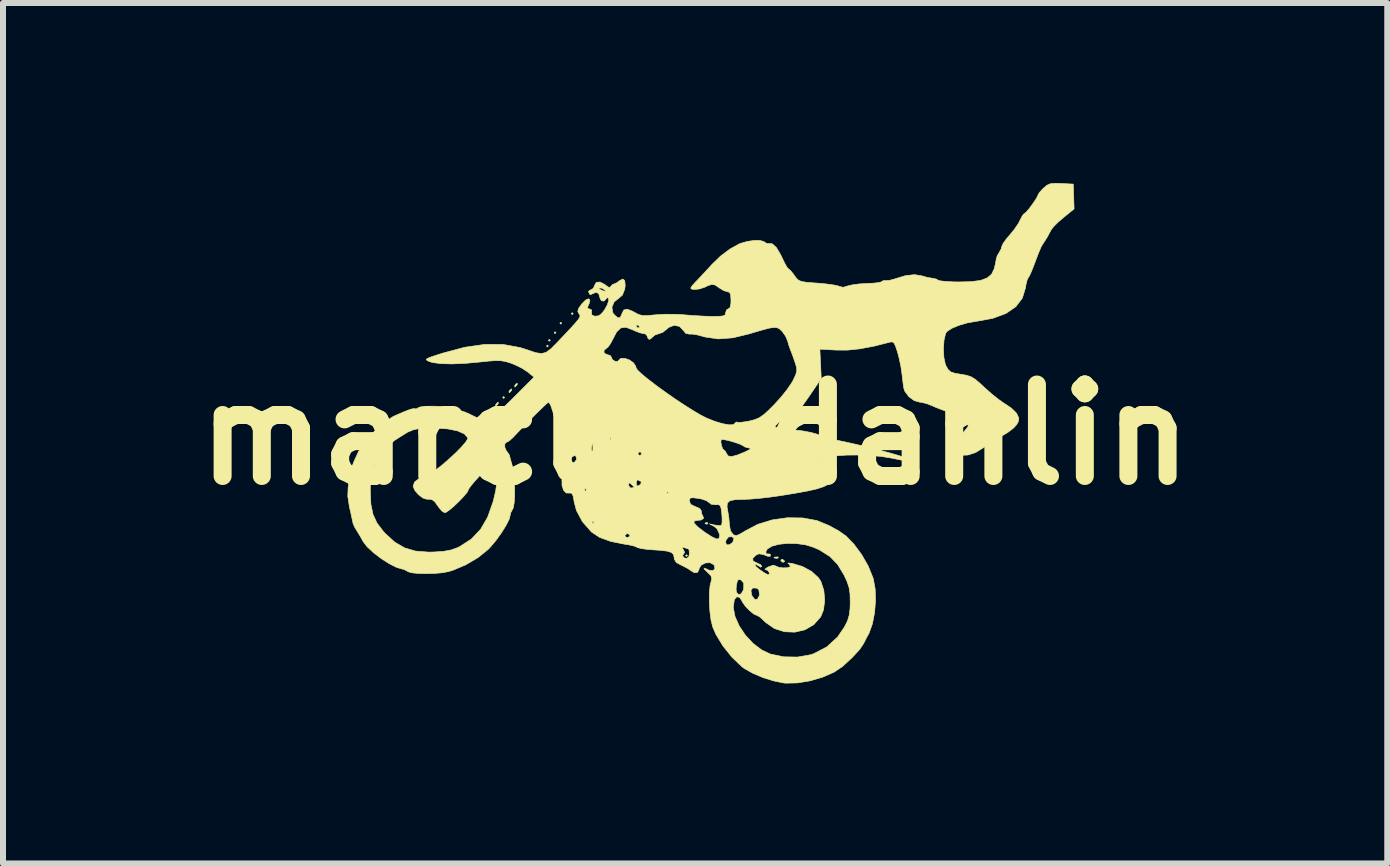
<source format=kicad_pcb>
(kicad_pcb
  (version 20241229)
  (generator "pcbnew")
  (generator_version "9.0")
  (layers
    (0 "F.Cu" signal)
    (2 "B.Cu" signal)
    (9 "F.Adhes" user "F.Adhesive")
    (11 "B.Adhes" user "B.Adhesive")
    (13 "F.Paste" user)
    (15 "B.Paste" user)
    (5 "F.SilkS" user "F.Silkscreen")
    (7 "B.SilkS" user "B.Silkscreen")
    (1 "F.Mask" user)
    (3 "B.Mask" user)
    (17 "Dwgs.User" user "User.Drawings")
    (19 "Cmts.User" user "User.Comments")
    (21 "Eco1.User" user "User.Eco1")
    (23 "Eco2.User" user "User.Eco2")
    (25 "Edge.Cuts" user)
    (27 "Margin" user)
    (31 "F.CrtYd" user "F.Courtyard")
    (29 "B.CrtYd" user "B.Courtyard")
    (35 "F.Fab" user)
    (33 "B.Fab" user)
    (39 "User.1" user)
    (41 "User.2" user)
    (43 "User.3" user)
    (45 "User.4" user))
  (footprint "marcus_dahlin"
    (layer "F.Cu")
    (at 8.534 4.193)
    (property "Reference" "marcus_dahlin" (at 0 0 0) (layer "F.SilkS") (effects (font (size 1.524 1.524) (thickness 0.3))))
    (attr through_hole)
    (fp_poly (pts (xy -3.175 -0.619) (xy -3.191 -0.603) (xy -3.207 -0.619) (xy -3.191 -0.635) (xy -3.175 -0.619)) (stroke (width 0.01) (type solid)) (fill yes) (layer "F.SilkS"))
    (fp_poly (pts (xy -2.445 -1.476) (xy -2.461 -1.46) (xy -2.477 -1.476) (xy -2.461 -1.492) (xy -2.445 -1.476)) (stroke (width 0.01) (type solid)) (fill yes) (layer "F.SilkS"))
    (fp_poly (pts (xy -2.413 -1.572) (xy -2.429 -1.556) (xy -2.445 -1.572) (xy -2.429 -1.587) (xy -2.413 -1.572)) (stroke (width 0.01) (type solid)) (fill yes) (layer "F.SilkS"))
    (fp_poly (pts (xy -2.318 -1.699) (xy -2.334 -1.683) (xy -2.349 -1.699) (xy -2.334 -1.714) (xy -2.318 -1.699)) (stroke (width 0.01) (type solid)) (fill yes) (layer "F.SilkS"))
    (fp_poly (pts (xy -2.223 -1.857) (xy -2.238 -1.841) (xy -2.254 -1.857) (xy -2.238 -1.873) (xy -2.223 -1.857)) (stroke (width 0.01) (type solid)) (fill yes) (layer "F.SilkS"))
    (fp_poly (pts (xy -2.032 -2.016) (xy -2.048 -2) (xy -2.064 -2.016) (xy -2.048 -2.032) (xy -2.032 -2.016)) (stroke (width 0.01) (type solid)) (fill yes) (layer "F.SilkS"))
    (fp_poly (pts (xy -0.127 2.016) (xy -0.143 2.032) (xy -0.159 2.016) (xy -0.143 2) (xy -0.127 2.016)) (stroke (width 0.01) (type solid)) (fill yes) (layer "F.SilkS"))
    (fp_poly (pts (xy 0.212 1.471) (xy 0.207 1.49) (xy 0.191 1.492) (xy 0.164 1.481) (xy 0.169 1.471) (xy 0.207 1.467) (xy 0.212 1.471)) (stroke (width 0.01) (type solid)) (fill yes) (layer "F.SilkS"))
    (fp_poly (pts (xy 1.388 2.045) (xy 1.379 2.059) (xy 1.347 2.061) (xy 1.313 2.053) (xy 1.328 2.042) (xy 1.377 2.038) (xy 1.388 2.045)) (stroke (width 0.01) (type solid)) (fill yes) (layer "F.SilkS"))
    (fp_poly (pts (xy -3.375 -0.424) (xy -3.381 -0.413) (xy -3.411 -0.382) (xy -3.417 -0.381) (xy -3.419 -0.402) (xy -3.413 -0.413) (xy -3.383 -0.443) (xy -3.378 -0.445) (xy -3.375 -0.424)) (stroke (width 0.01) (type solid)) (fill yes) (layer "F.SilkS"))
    (fp_poly (pts (xy -3.28 -0.519) (xy -3.286 -0.508) (xy -3.316 -0.478) (xy -3.322 -0.476) (xy -3.324 -0.497) (xy -3.318 -0.508) (xy -3.288 -0.538) (xy -3.282 -0.54) (xy -3.28 -0.519)) (stroke (width 0.01) (type solid)) (fill yes) (layer "F.SilkS"))
    (fp_poly (pts (xy -3.058 -0.741) (xy -3.064 -0.73) (xy -3.094 -0.7) (xy -3.099 -0.699) (xy -3.102 -0.719) (xy -3.096 -0.73) (xy -3.066 -0.761) (xy -3.06 -0.762) (xy -3.058 -0.741)) (stroke (width 0.01) (type solid)) (fill yes) (layer "F.SilkS"))
    (fp_poly (pts (xy -2.963 -0.837) (xy -2.969 -0.826) (xy -2.999 -0.795) (xy -3.004 -0.794) (xy -3.006 -0.814) (xy -3 -0.826) (xy -2.97 -0.856) (xy -2.965 -0.857) (xy -2.963 -0.837)) (stroke (width 0.01) (type solid)) (fill yes) (layer "F.SilkS"))
    (fp_poly (pts (xy 1.46 2.08) (xy 1.491 2.108) (xy 1.492 2.113) (xy 1.468 2.127) (xy 1.46 2.127) (xy 1.43 2.103) (xy 1.429 2.094) (xy 1.448 2.075) (xy 1.46 2.08)) (stroke (width 0.01) (type solid)) (fill yes) (layer "F.SilkS"))
    (fp_poly (pts (xy 6.099 -4.185) (xy 6.302 -4.175) (xy 6.316 -3.762) (xy 6.141 -3.619) (xy 6.048 -3.539) (xy 5.974 -3.465) (xy 5.934 -3.413) (xy 5.934 -3.413) (xy 5.869 -3.292) (xy 5.806 -3.192) (xy 5.79 -3.17) (xy 5.764 -3.122) (xy 5.725 -3.03) (xy 5.68 -2.913) (xy 5.668 -2.88) (xy 5.624 -2.764) (xy 5.585 -2.673) (xy 5.558 -2.622) (xy 5.553 -2.617) (xy 5.534 -2.579) (xy 5.514 -2.499) (xy 5.506 -2.445) (xy 5.453 -2.273) (xy 5.344 -2.131) (xy 5.181 -2.019) (xy 4.962 -1.938) (xy 4.688 -1.888) (xy 4.683 -1.888) (xy 4.536 -1.862) (xy 4.397 -1.821) (xy 4.279 -1.772) (xy 4.2 -1.72) (xy 4.175 -1.688) (xy 4.148 -1.572) (xy 4.139 -1.429) (xy 4.146 -1.286) (xy 4.171 -1.17) (xy 4.183 -1.143) (xy 4.22 -1.08) (xy 4.265 -1.043) (xy 4.336 -1.021) (xy 4.428 -1.006) (xy 4.523 -0.989) (xy 4.597 -0.965) (xy 4.668 -0.922) (xy 4.753 -0.85) (xy 4.828 -0.78) (xy 4.941 -0.68) (xy 5.057 -0.587) (xy 5.155 -0.518) (xy 5.177 -0.505) (xy 5.271 -0.441) (xy 5.345 -0.37) (xy 5.364 -0.342) (xy 5.395 -0.275) (xy 5.388 -0.22) (xy 5.36 -0.167) (xy 5.304 -0.107) (xy 5.212 -0.037) (xy 5.117 0.02) (xy 4.994 0.09) (xy 4.872 0.168) (xy 4.801 0.221) (xy 4.674 0.299) (xy 4.547 0.34) (xy 4.546 0.34) (xy 4.395 0.346) (xy 4.298 0.321) (xy 4.256 0.267) (xy 4.271 0.188) (xy 4.345 0.086) (xy 4.393 0.04) (xy 4.471 -0.039) (xy 4.53 -0.108) (xy 4.551 -0.142) (xy 4.544 -0.205) (xy 4.479 -0.269) (xy 4.362 -0.33) (xy 4.255 -0.367) (xy 4.129 -0.409) (xy 4.007 -0.456) (xy 3.955 -0.479) (xy 3.856 -0.518) (xy 3.764 -0.539) (xy 3.745 -0.54) (xy 3.653 -0.566) (xy 3.562 -0.633) (xy 3.496 -0.721) (xy 3.48 -0.767) (xy 3.468 -0.842) (xy 3.455 -0.949) (xy 3.448 -1.01) (xy 3.429 -1.14) (xy 3.397 -1.287) (xy 3.375 -1.37) (xy 3.341 -1.474) (xy 3.313 -1.529) (xy 3.282 -1.546) (xy 3.255 -1.543) (xy 2.977 -1.473) (xy 2.742 -1.429) (xy 2.537 -1.408) (xy 2.349 -1.409) (xy 2.079 -1.424) (xy 2.091 -1.179) (xy 2.102 -0.934) (xy 1.9 -0.638) (xy 1.804 -0.501) (xy 1.731 -0.409) (xy 1.67 -0.35) (xy 1.611 -0.314) (xy 1.577 -0.301) (xy 1.478 -0.257) (xy 1.394 -0.203) (xy 1.342 -0.15) (xy 1.333 -0.126) (xy 1.363 -0.114) (xy 1.442 -0.1) (xy 1.556 -0.087) (xy 1.627 -0.081) (xy 1.784 -0.063) (xy 1.927 -0.037) (xy 2.033 -0.007) (xy 2.048 -0.000479) (xy 2.153 0.038) (xy 2.284 0.075) (xy 2.365 0.094) (xy 2.523 0.127) (xy 2.702 0.167) (xy 2.888 0.212) (xy 3.071 0.259) (xy 3.24 0.304) (xy 3.382 0.345) (xy 3.485 0.378) (xy 3.538 0.401) (xy 3.539 0.401) (xy 3.572 0.428) (xy 3.567 0.441) (xy 3.518 0.439) (xy 3.419 0.421) (xy 3.277 0.392) (xy 3.113 0.365) (xy 2.922 0.347) (xy 2.722 0.34) (xy 2.527 0.341) (xy 2.355 0.353) (xy 2.222 0.374) (xy 2.178 0.387) (xy 2.054 0.433) (xy 2.17 0.505) (xy 2.249 0.565) (xy 2.282 0.627) (xy 2.286 0.669) (xy 2.28 0.733) (xy 2.258 0.786) (xy 2.213 0.831) (xy 2.138 0.869) (xy 2.027 0.905) (xy 1.872 0.94) (xy 1.667 0.977) (xy 1.429 1.016) (xy 1.251 1.041) (xy 1.072 1.062) (xy 0.913 1.075) (xy 0.808 1.079) (xy 0.667 1.084) (xy 0.58 1.102) (xy 0.538 1.14) (xy 0.532 1.204) (xy 0.543 1.265) (xy 0.562 1.379) (xy 0.571 1.492) (xy 0.571 1.494) (xy 0.589 1.602) (xy 0.636 1.668) (xy 0.685 1.683) (xy 0.732 1.666) (xy 0.806 1.624) (xy 0.832 1.607) (xy 1.045 1.495) (xy 1.286 1.421) (xy 1.542 1.385) (xy 1.796 1.389) (xy 2.033 1.433) (xy 2.24 1.519) (xy 2.254 1.527) (xy 2.319 1.564) (xy 2.381 1.596) (xy 2.513 1.688) (xy 2.648 1.827) (xy 2.775 1.999) (xy 2.884 2.189) (xy 2.963 2.382) (xy 2.971 2.41) (xy 3.001 2.574) (xy 3.007 2.767) (xy 2.991 2.967) (xy 2.955 3.152) (xy 2.902 3.302) (xy 2.885 3.334) (xy 2.851 3.396) (xy 2.811 3.477) (xy 2.743 3.579) (xy 2.621 3.712) (xy 2.458 3.863) (xy 2.314 3.96) (xy 2.128 4.041) (xy 1.918 4.103) (xy 1.706 4.138) (xy 1.511 4.142) (xy 1.476 4.139) (xy 1.311 4.105) (xy 1.131 4.049) (xy 0.961 3.977) (xy 0.824 3.9) (xy 0.787 3.873) (xy 0.616 3.711) (xy 0.464 3.522) (xy 0.345 3.325) (xy 0.293 3.203) (xy 0.265 3.089) (xy 0.246 2.94) (xy 0.243 2.88) (xy 0.636 2.88) (xy 0.665 3.03) (xy 0.735 3.188) (xy 0.837 3.341) (xy 0.965 3.479) (xy 1.11 3.589) (xy 1.254 3.657) (xy 1.475 3.703) (xy 1.707 3.707) (xy 1.924 3.669) (xy 1.978 3.651) (xy 2.196 3.537) (xy 2.376 3.372) (xy 2.491 3.203) (xy 2.542 3.099) (xy 2.57 3.003) (xy 2.583 2.889) (xy 2.585 2.794) (xy 2.582 2.655) (xy 2.566 2.549) (xy 2.531 2.445) (xy 2.483 2.342) (xy 2.377 2.166) (xy 2.248 2.032) (xy 2.079 1.925) (xy 1.978 1.879) (xy 1.842 1.837) (xy 1.691 1.816) (xy 1.538 1.813) (xy 1.396 1.828) (xy 1.281 1.859) (xy 1.204 1.906) (xy 1.18 1.948) (xy 1.184 1.989) (xy 1.201 1.988) (xy 1.245 1.99) (xy 1.254 2) (xy 1.253 2.027) (xy 1.211 2.027) (xy 1.142 2) (xy 1.142 2) (xy 1.066 1.986) (xy 1.017 2.007) (xy 0.961 2.061) (xy 0.966 2.107) (xy 1.032 2.14) (xy 1.091 2.167) (xy 1.111 2.195) (xy 1.094 2.21) (xy 1.063 2.19) (xy 1.016 2.164) (xy 0.998 2.167) (xy 1.009 2.194) (xy 1.059 2.238) (xy 1.07 2.246) (xy 1.16 2.307) (xy 1.211 2.334) (xy 1.233 2.331) (xy 1.238 2.304) (xy 1.212 2.262) (xy 1.183 2.254) (xy 1.163 2.244) (xy 1.203 2.214) (xy 1.22 2.205) (xy 1.302 2.176) (xy 1.345 2.19) (xy 1.393 2.211) (xy 1.466 2.221) (xy 1.537 2.219) (xy 1.582 2.204) (xy 1.587 2.193) (xy 1.563 2.155) (xy 1.548 2.146) (xy 1.548 2.139) (xy 1.598 2.144) (xy 1.619 2.147) (xy 1.79 2.198) (xy 1.941 2.28) (xy 2.055 2.384) (xy 2.095 2.444) (xy 2.145 2.594) (xy 2.16 2.761) (xy 2.14 2.921) (xy 2.093 3.037) (xy 1.978 3.167) (xy 1.83 3.253) (xy 1.663 3.292) (xy 1.489 3.285) (xy 1.321 3.231) (xy 1.173 3.128) (xy 1.145 3.1) (xy 1.085 3.044) (xy 1.039 3.016) (xy 1.034 3.015) (xy 0.98 2.991) (xy 0.908 2.933) (xy 0.838 2.86) (xy 0.789 2.791) (xy 0.78 2.77) (xy 0.742 2.712) (xy 0.694 2.703) (xy 0.655 2.748) (xy 0.654 2.749) (xy 0.636 2.88) (xy 0.243 2.88) (xy 0.237 2.78) (xy 0.238 2.63) (xy 0.244 2.575) (xy 0.683 2.575) (xy 0.689 2.625) (xy 0.724 2.666) (xy 0.767 2.653) (xy 0.802 2.596) (xy 0.931 2.596) (xy 0.942 2.671) (xy 0.947 2.685) (xy 0.993 2.745) (xy 1.037 2.745) (xy 1.069 2.688) (xy 1.073 2.661) (xy 1.062 2.585) (xy 1.028 2.559) (xy 0.962 2.555) (xy 0.931 2.596) (xy 0.802 2.596) (xy 0.803 2.595) (xy 0.81 2.568) (xy 0.811 2.477) (xy 0.768 2.423) (xy 0.726 2.413) (xy 0.705 2.44) (xy 0.689 2.503) (xy 0.683 2.575) (xy 0.244 2.575) (xy 0.25 2.512) (xy 0.259 2.479) (xy 0.278 2.401) (xy 0.264 2.351) (xy 0.209 2.296) (xy 0.153 2.242) (xy 0.149 2.224) (xy 0.198 2.242) (xy 0.228 2.258) (xy 0.292 2.269) (xy 0.329 2.24) (xy 0.324 2.186) (xy 0.312 2.168) (xy 0.249 2.134) (xy 0.171 2.139) (xy 0.101 2.176) (xy 0.065 2.236) (xy 0.064 2.25) (xy 0.041 2.296) (xy -0.011 2.302) (xy -0.059 2.274) (xy -0.124 2.23) (xy -0.215 2.183) (xy -0.231 2.176) (xy -0.313 2.131) (xy -0.346 2.078) (xy -0.349 2.05) (xy -0.359 1.999) (xy -0.393 1.965) (xy -0.464 1.942) (xy -0.58 1.928) (xy -0.703 1.92) (xy -0.82 1.91) (xy -0.913 1.896) (xy -0.962 1.879) (xy -0.963 1.879) (xy -0.977 1.873) (xy -0.219 1.873) (xy -0.208 1.898) (xy -0.197 1.912) (xy -0.174 1.963) (xy -0.189 1.984) (xy -0.209 2.02) (xy -0.183 2.053) (xy -0.141 2.064) (xy -0.105 2.036) (xy -0.095 1.984) (xy -0.1 1.925) (xy -0.109 1.905) (xy -0.146 1.895) (xy -0.18 1.883) (xy -0.219 1.873) (xy -0.977 1.873) (xy -1.014 1.858) (xy -1.104 1.837) (xy -1.175 1.826) (xy -1.296 1.802) (xy 0.508 1.802) (xy 0.528 1.837) (xy 0.573 1.835) (xy 0.621 1.8) (xy 0.633 1.781) (xy 0.648 1.729) (xy 0.613 1.701) (xy 0.555 1.706) (xy 0.516 1.758) (xy 0.508 1.802) (xy -1.296 1.802) (xy -1.406 1.78) (xy -1.592 1.712) (xy -1.64 1.68) (xy -1.169 1.68) (xy -1.153 1.709) (xy -1.127 1.714) (xy -1.088 1.698) (xy -1.086 1.68) (xy -1.118 1.648) (xy -1.127 1.646) (xy -1.164 1.671) (xy -1.169 1.68) (xy -1.64 1.68) (xy -1.725 1.624) (xy -1.726 1.624) (xy -1.869 1.46) (xy -1.714 1.46) (xy -1.703 1.487) (xy -1.693 1.482) (xy -1.69 1.444) (xy -1.693 1.439) (xy -1.712 1.444) (xy -1.714 1.46) (xy -1.869 1.46) (xy -1.878 1.45) (xy -1.978 1.264) (xy -2.015 1.121) (xy -2.017 1.107) (xy -0.095 1.107) (xy -0.074 1.162) (xy -0.001 1.198) (xy 0.008 1.201) (xy 0.075 1.23) (xy 0.102 1.265) (xy 0.102 1.269) (xy 0.112 1.326) (xy 0.126 1.348) (xy 0.142 1.395) (xy 0.101 1.423) (xy 0.04 1.429) (xy -0.016 1.44) (xy -0.017 1.475) (xy 0.039 1.534) (xy 0.15 1.619) (xy 0.161 1.627) (xy 0.279 1.703) (xy 0.356 1.739) (xy 0.397 1.734) (xy 0.409 1.69) (xy 0.407 1.66) (xy 0.367 1.571) (xy 0.318 1.53) (xy 0.238 1.487) (xy 0.327 1.507) (xy 0.399 1.516) (xy 0.439 1.511) (xy 0.449 1.474) (xy 0.45 1.395) (xy 0.446 1.328) (xy 0.434 1.23) (xy 0.417 1.182) (xy 0.386 1.166) (xy 0.344 1.169) (xy 0.268 1.16) (xy 0.233 1.132) (xy 0.188 1.1) (xy 0.103 1.072) (xy 0.056 1.063) (xy -0.035 1.052) (xy -0.08 1.057) (xy -0.094 1.084) (xy -0.095 1.107) (xy -2.017 1.107) (xy -2.033 1.022) (xy -2.056 0.977) (xy -2.083 0.974) (xy -2.147 0.973) (xy -2.152 0.968) (xy -0.476 0.968) (xy -0.46 0.984) (xy -0.445 0.968) (xy -0.46 0.953) (xy -0.476 0.968) (xy -2.152 0.968) (xy -2.193 0.926) (xy -2.194 0.921) (xy -1.841 0.921) (xy -1.83 0.947) (xy -1.82 0.942) (xy -1.817 0.904) (xy -1.82 0.9) (xy -1.839 0.904) (xy -1.841 0.921) (xy -2.194 0.921) (xy -2.218 0.847) (xy -2.218 0.837) (xy -1.111 0.837) (xy -1.087 0.882) (xy -1.064 0.889) (xy -1.021 0.882) (xy -1.016 0.877) (xy -1.037 0.85) (xy -1.064 0.826) (xy -1.101 0.803) (xy -1.111 0.833) (xy -1.111 0.837) (xy -2.218 0.837) (xy -2.218 0.8) (xy -0.982 0.8) (xy -0.974 0.847) (xy -0.952 0.857) (xy -0.913 0.832) (xy -0.901 0.811) (xy -0.895 0.755) (xy -0.914 0.719) (xy -0.945 0.721) (xy -0.956 0.735) (xy -0.982 0.8) (xy -2.218 0.8) (xy -2.219 0.762) (xy -1.714 0.762) (xy -1.689 0.79) (xy -1.665 0.794) (xy -1.632 0.778) (xy -1.635 0.762) (xy -1.676 0.731) (xy -1.685 0.73) (xy -1.714 0.754) (xy -1.714 0.762) (xy -2.219 0.762) (xy -2.219 0.752) (xy -2.205 0.699) (xy -2.048 0.699) (xy -2.045 0.728) (xy -2.034 0.73) (xy -2.002 0.707) (xy -2 0.699) (xy -2.011 0.668) (xy -2.014 0.667) (xy -2.041 0.689) (xy -2.048 0.699) (xy -2.205 0.699) (xy -2.193 0.654) (xy -2.155 0.59) (xy -2.088 0.504) (xy -2.171 0.417) (xy -2.172 0.415) (xy -2.064 0.415) (xy -2.047 0.462) (xy -2.012 0.463) (xy -1.98 0.422) (xy -1.974 0.402) (xy -1.988 0.357) (xy -2.014 0.349) (xy -2.055 0.376) (xy -2.064 0.415) (xy -2.172 0.415) (xy -2.234 0.323) (xy -2.235 0.318) (xy -0.953 0.318) (xy -0.928 0.348) (xy -0.921 0.349) (xy -0.89 0.325) (xy -0.889 0.318) (xy -0.913 0.287) (xy -0.921 0.286) (xy -0.952 0.31) (xy -0.953 0.318) (xy -2.235 0.318) (xy -2.25 0.258) (xy -1.727 0.258) (xy -1.722 0.268) (xy -1.672 0.285) (xy -1.607 0.279) (xy -1.577 0.265) (xy -1.58 0.23) (xy -1.613 0.18) (xy -1.657 0.138) (xy -1.684 0.127) (xy -1.71 0.153) (xy -1.727 0.208) (xy -1.727 0.258) (xy -2.25 0.258) (xy -2.254 0.24) (xy -2.261 0.136) (xy -2.264 0.119) (xy -1.48 0.119) (xy -1.466 0.127) (xy -1.458 0.123) (xy 0.429 0.123) (xy 0.44 0.185) (xy 0.461 0.238) (xy 0.478 0.254) (xy 0.507 0.28) (xy 0.524 0.318) (xy 0.553 0.357) (xy 0.611 0.365) (xy 0.706 0.34) (xy 0.841 0.284) (xy 0.912 0.248) (xy 0.925 0.229) (xy 0.903 0.225) (xy 0.833 0.207) (xy 0.805 0.189) (xy 0.76 0.164) (xy 0.68 0.135) (xy 0.587 0.107) (xy 0.501 0.087) (xy 0.445 0.081) (xy 0.435 0.083) (xy 0.429 0.123) (xy -1.458 0.123) (xy -1.42 0.104) (xy -1.412 0.093) (xy -1.4 0.052) (xy -1.424 0.048) (xy -1.46 0.079) (xy -1.48 0.119) (xy -2.264 0.119) (xy -2.28 0.008) (xy -2.307 -0.133) (xy -2.34 -0.271) (xy -2.374 -0.394) (xy -2.406 -0.487) (xy -2.434 -0.535) (xy -2.442 -0.54) (xy -2.471 -0.518) (xy -2.534 -0.46) (xy -2.624 -0.373) (xy -2.731 -0.266) (xy -2.847 -0.149) (xy -2.962 -0.029) (xy -3.039 0.052) (xy -3.097 0.104) (xy -3.141 0.127) (xy -3.142 0.127) (xy -3.17 0.151) (xy -3.172 0.206) (xy -3.149 0.265) (xy -3.137 0.279) (xy -3.098 0.335) (xy -3.091 0.357) (xy -3.077 0.411) (xy -3.053 0.497) (xy -3.045 0.524) (xy -3.026 0.623) (xy -3.013 0.751) (xy -3.007 0.891) (xy -3.008 1.028) (xy -3.016 1.144) (xy -3.031 1.223) (xy -3.042 1.245) (xy -3.076 1.309) (xy -3.08 1.338) (xy -3.099 1.411) (xy -3.152 1.516) (xy -3.228 1.638) (xy -3.318 1.763) (xy -3.413 1.876) (xy -3.45 1.914) (xy -3.617 2.049) (xy -3.822 2.17) (xy -4.038 2.261) (xy -4.112 2.283) (xy -4.212 2.302) (xy -4.339 2.313) (xy -4.477 2.317) (xy -4.607 2.314) (xy -4.713 2.304) (xy -4.778 2.287) (xy -4.786 2.282) (xy -4.848 2.248) (xy -4.879 2.241) (xy -4.977 2.212) (xy -5.101 2.149) (xy -5.236 2.062) (xy -5.363 1.964) (xy -5.469 1.865) (xy -5.535 1.778) (xy -5.536 1.775) (xy -5.582 1.692) (xy -5.648 1.584) (xy -5.666 1.556) (xy -5.698 1.487) (xy -5.704 1.461) (xy -5.716 1.406) (xy -5.736 1.311) (xy -5.76 1.209) (xy -5.788 1.028) (xy -5.785 0.953) (xy -5.413 0.953) (xy -5.403 1.162) (xy -5.368 1.329) (xy -5.302 1.472) (xy -5.198 1.61) (xy -5.165 1.647) (xy -5.006 1.791) (xy -4.843 1.887) (xy -4.66 1.941) (xy -4.44 1.958) (xy -4.349 1.956) (xy -4.19 1.945) (xy -4.069 1.923) (xy -3.964 1.886) (xy -3.921 1.865) (xy -3.728 1.74) (xy -3.575 1.579) (xy -3.457 1.375) (xy -3.367 1.121) (xy -3.351 1.057) (xy -3.323 0.936) (xy -3.312 0.854) (xy -3.317 0.789) (xy -3.338 0.719) (xy -3.351 0.684) (xy -3.387 0.6) (xy -3.418 0.548) (xy -3.429 0.54) (xy -3.463 0.562) (xy -3.525 0.619) (xy -3.6 0.697) (xy -3.675 0.78) (xy -3.737 0.855) (xy -3.774 0.908) (xy -3.778 0.92) (xy -3.8 0.963) (xy -3.858 1.032) (xy -3.936 1.114) (xy -4.021 1.195) (xy -4.099 1.26) (xy -4.156 1.298) (xy -4.17 1.302) (xy -4.215 1.277) (xy -4.27 1.214) (xy -4.286 1.191) (xy -4.342 1.113) (xy -4.394 1.079) (xy -4.466 1.076) (xy -4.477 1.076) (xy -4.537 1.056) (xy -4.608 1.001) (xy -4.669 0.932) (xy -4.698 0.867) (xy -4.699 0.86) (xy -4.675 0.789) (xy -4.598 0.731) (xy -4.483 0.688) (xy -4.414 0.653) (xy -4.319 0.588) (xy -4.209 0.501) (xy -4.094 0.401) (xy -3.984 0.299) (xy -3.89 0.203) (xy -3.821 0.122) (xy -3.788 0.067) (xy -3.788 0.053) (xy -3.845 -0.012) (xy -3.958 -0.062) (xy -4.119 -0.095) (xy -4.321 -0.109) (xy -4.35 -0.11) (xy -4.502 -0.108) (xy -4.611 -0.099) (xy -4.696 -0.08) (xy -4.777 -0.047) (xy -4.804 -0.033) (xy -5.018 0.102) (xy -5.185 0.268) (xy -5.304 0.45) (xy -5.356 0.55) (xy -5.388 0.631) (xy -5.405 0.714) (xy -5.412 0.822) (xy -5.413 0.953) (xy -5.785 0.953) (xy -5.782 0.875) (xy -5.779 0.861) (xy -5.766 0.77) (xy -5.762 0.708) (xy -5.765 0.695) (xy -5.759 0.658) (xy -5.734 0.578) (xy -5.694 0.47) (xy -5.679 0.433) (xy -5.612 0.288) (xy -5.535 0.165) (xy -5.431 0.039) (xy -5.366 -0.029) (xy -5.249 -0.14) (xy -5.133 -0.235) (xy -5.035 -0.3) (xy -5.012 -0.311) (xy -4.87 -0.373) (xy -4.774 -0.411) (xy -4.714 -0.43) (xy -4.68 -0.433) (xy -4.667 -0.429) (xy -4.629 -0.434) (xy -4.618 -0.447) (xy -4.578 -0.462) (xy -4.493 -0.471) (xy -4.379 -0.474) (xy -4.256 -0.471) (xy -4.141 -0.463) (xy -4.052 -0.45) (xy -4.008 -0.435) (xy -3.941 -0.405) (xy -3.913 -0.4) (xy -3.852 -0.382) (xy -3.764 -0.345) (xy -3.727 -0.326) (xy -3.644 -0.286) (xy -3.591 -0.276) (xy -3.546 -0.294) (xy -3.528 -0.306) (xy -3.478 -0.332) (xy -3.468 -0.316) (xy -3.465 -0.269) (xy -3.423 -0.272) (xy -3.341 -0.325) (xy -3.221 -0.427) (xy -3.062 -0.58) (xy -3.039 -0.603) (xy -2.684 -0.958) (xy -2.791 -1.045) (xy -2.885 -1.107) (xy -3.006 -1.166) (xy -3.07 -1.191) (xy -3.155 -1.217) (xy -3.232 -1.231) (xy -3.319 -1.234) (xy -3.435 -1.226) (xy -3.565 -1.212) (xy -3.825 -1.188) (xy -4.053 -1.178) (xy -4.24 -1.183) (xy -4.378 -1.202) (xy -4.428 -1.218) (xy -4.467 -1.236) (xy -4.481 -1.252) (xy -4.46 -1.27) (xy -4.398 -1.295) (xy -4.286 -1.332) (xy -4.205 -1.358) (xy -3.837 -1.456) (xy -3.502 -1.504) (xy -3.195 -1.502) (xy -2.912 -1.45) (xy -2.794 -1.412) (xy -2.659 -1.366) (xy -2.562 -1.351) (xy -2.484 -1.37) (xy -2.44 -1.402) (xy -1.519 -1.402) (xy -1.515 -1.358) (xy -1.468 -1.334) (xy -1.46 -1.333) (xy -1.409 -1.315) (xy -1.397 -1.289) (xy -1.376 -1.247) (xy -1.33 -1.22) (xy -1.287 -1.222) (xy -1.276 -1.236) (xy -1.237 -1.271) (xy -1.17 -1.271) (xy -1.094 -1.244) (xy -1.027 -1.197) (xy -0.988 -1.138) (xy -0.984 -1.114) (xy -0.959 -1.075) (xy -0.889 -1.009) (xy -0.783 -0.922) (xy -0.65 -0.82) (xy -0.5 -0.711) (xy -0.341 -0.6) (xy -0.183 -0.495) (xy -0.034 -0.401) (xy 0.096 -0.324) (xy 0.191 -0.276) (xy 0.331 -0.22) (xy 0.46 -0.182) (xy 0.568 -0.163) (xy 0.64 -0.166) (xy 0.667 -0.192) (xy 0.686 -0.211) (xy 0.698 -0.207) (xy 0.744 -0.203) (xy 0.831 -0.213) (xy 0.913 -0.228) (xy 1.002 -0.252) (xy 1.075 -0.284) (xy 1.147 -0.335) (xy 1.234 -0.414) (xy 1.322 -0.503) (xy 1.43 -0.622) (xy 1.53 -0.747) (xy 1.606 -0.857) (xy 1.631 -0.899) (xy 1.676 -0.995) (xy 1.695 -1.061) (xy 1.69 -1.124) (xy 1.665 -1.206) (xy 1.63 -1.307) (xy 1.598 -1.391) (xy 1.589 -1.413) (xy 1.56 -1.495) (xy 1.543 -1.558) (xy 1.509 -1.639) (xy 1.451 -1.721) (xy 1.449 -1.722) (xy 1.411 -1.759) (xy 1.372 -1.78) (xy 1.319 -1.786) (xy 1.242 -1.776) (xy 1.131 -1.747) (xy 0.974 -1.701) (xy 0.905 -1.68) (xy 0.628 -1.613) (xy 0.385 -1.595) (xy 0.171 -1.626) (xy 0.137 -1.635) (xy 0.032 -1.663) (xy -0.056 -1.676) (xy -0.093 -1.674) (xy -0.156 -1.687) (xy -0.191 -1.731) (xy -0.259 -1.803) (xy -0.348 -1.822) (xy -0.439 -1.787) (xy -0.47 -1.76) (xy -0.537 -1.706) (xy -0.599 -1.683) (xy -0.601 -1.683) (xy -0.67 -1.66) (xy -0.699 -1.635) (xy -0.744 -1.595) (xy -0.766 -1.587) (xy -0.791 -1.613) (xy -0.794 -1.635) (xy -0.82 -1.674) (xy -0.856 -1.683) (xy -0.922 -1.697) (xy -1.013 -1.733) (xy -1.045 -1.748) (xy -1.153 -1.789) (xy -1.238 -1.778) (xy -1.308 -1.711) (xy -1.366 -1.6) (xy -1.412 -1.513) (xy -1.457 -1.453) (xy -1.476 -1.441) (xy -1.519 -1.402) (xy -2.44 -1.402) (xy -2.405 -1.428) (xy -2.315 -1.518) (xy -2.169 -1.671) (xy -2.062 -1.785) (xy -2.038 -1.812) (xy -0.984 -1.812) (xy -0.961 -1.779) (xy -0.953 -1.778) (xy -0.922 -1.789) (xy -0.921 -1.792) (xy -0.943 -1.819) (xy -0.953 -1.826) (xy -0.982 -1.823) (xy -0.984 -1.812) (xy -2.038 -1.812) (xy -1.989 -1.867) (xy -1.943 -1.922) (xy -1.922 -1.959) (xy -1.918 -1.984) (xy -1.927 -2.004) (xy -1.936 -2.015) (xy -1.955 -2.054) (xy -1.941 -2.103) (xy -1.889 -2.177) (xy -1.826 -2.242) (xy -1.777 -2.264) (xy -1.753 -2.244) (xy -1.765 -2.185) (xy -1.776 -2.162) (xy -1.796 -2.112) (xy -1.774 -2.096) (xy -1.76 -2.095) (xy -1.723 -2.076) (xy -1.726 -2.049) (xy -1.723 -1.996) (xy -1.673 -1.973) (xy -1.608 -1.98) (xy -1.559 -2.015) (xy -1.507 -2.082) (xy -1.463 -2.162) (xy -1.439 -2.235) (xy -1.445 -2.28) (xy -1.446 -2.28) (xy -1.475 -2.277) (xy -1.483 -2.262) (xy -1.519 -2.225) (xy -1.564 -2.233) (xy -1.587 -2.28) (xy -1.587 -2.284) (xy -1.607 -2.351) (xy -1.653 -2.372) (xy -1.695 -2.353) (xy -1.741 -2.333) (xy -1.757 -2.339) (xy -1.777 -2.385) (xy -1.745 -2.412) (xy -1.733 -2.413) (xy -1.698 -2.437) (xy -1.612 -2.437) (xy -1.586 -2.419) (xy -1.572 -2.413) (xy -1.512 -2.388) (xy -1.496 -2.389) (xy -1.508 -2.413) (xy -1.553 -2.44) (xy -1.581 -2.443) (xy -1.612 -2.437) (xy -1.698 -2.437) (xy -1.693 -2.44) (xy -1.677 -2.484) (xy -1.647 -2.537) (xy -1.585 -2.543) (xy -1.505 -2.502) (xy -1.48 -2.482) (xy -1.43 -2.449) (xy -1.406 -2.467) (xy -1.406 -2.469) (xy -1.371 -2.505) (xy -1.357 -2.508) (xy -1.309 -2.528) (xy -1.263 -2.563) (xy -1.206 -2.593) (xy -1.173 -2.568) (xy -1.165 -2.49) (xy -1.172 -2.426) (xy -1.212 -2.324) (xy -1.269 -2.276) (xy -1.35 -2.21) (xy -1.386 -2.123) (xy -1.374 -2.036) (xy -1.35 -2.001) (xy -1.289 -1.947) (xy -1.249 -1.949) (xy -1.221 -2.01) (xy -1.22 -2.016) (xy -1.187 -2.078) (xy -1.129 -2.09) (xy -1.038 -2.054) (xy -1.002 -2.033) (xy -0.94 -2.001) (xy -0.877 -1.985) (xy -0.79 -1.985) (xy -0.664 -1.996) (xy -0.503 -2.006) (xy -0.323 -2.005) (xy -0.191 -1.997) (xy -0.029 -1.984) (xy 0.149 -1.974) (xy 0.278 -1.97) (xy 0.397 -1.971) (xy 0.466 -1.978) (xy 0.499 -1.994) (xy 0.508 -2.023) (xy 0.508 -2.032) (xy 0.527 -2.083) (xy 0.553 -2.095) (xy 0.583 -2.118) (xy 0.597 -2.19) (xy 0.598 -2.238) (xy 0.593 -2.329) (xy 0.575 -2.371) (xy 0.541 -2.381) (xy 0.477 -2.4) (xy 0.404 -2.445) (xy 0.336 -2.492) (xy 0.281 -2.504) (xy 0.212 -2.482) (xy 0.164 -2.458) (xy 0.071 -2.427) (xy -0.017 -2.419) (xy -0.018 -2.419) (xy -0.06 -2.426) (xy -0.073 -2.441) (xy -0.053 -2.476) (xy 0.004 -2.54) (xy 0.053 -2.59) (xy 0.144 -2.687) (xy 0.229 -2.779) (xy 0.284 -2.839) (xy 0.423 -2.974) (xy 0.58 -3.092) (xy 0.732 -3.177) (xy 0.755 -3.186) (xy 0.868 -3.219) (xy 0.984 -3.236) (xy 1.084 -3.235) (xy 1.149 -3.216) (xy 1.16 -3.205) (xy 1.204 -3.182) (xy 1.217 -3.185) (xy 1.285 -3.181) (xy 1.354 -3.119) (xy 1.427 -2.996) (xy 1.447 -2.953) (xy 1.494 -2.856) (xy 1.533 -2.787) (xy 1.556 -2.762) (xy 1.587 -2.738) (xy 1.636 -2.679) (xy 1.653 -2.654) (xy 1.689 -2.605) (xy 1.724 -2.573) (xy 1.774 -2.552) (xy 1.851 -2.539) (xy 1.971 -2.529) (xy 2.046 -2.524) (xy 2.185 -2.511) (xy 2.302 -2.495) (xy 2.382 -2.479) (xy 2.405 -2.469) (xy 2.468 -2.455) (xy 2.538 -2.476) (xy 2.616 -2.495) (xy 2.733 -2.511) (xy 2.864 -2.519) (xy 2.871 -2.519) (xy 2.986 -2.525) (xy 3.07 -2.535) (xy 3.11 -2.547) (xy 3.111 -2.55) (xy 3.137 -2.567) (xy 3.167 -2.566) (xy 3.236 -2.57) (xy 3.318 -2.592) (xy 3.506 -2.649) (xy 3.657 -2.666) (xy 3.778 -2.646) (xy 3.873 -2.619) (xy 3.954 -2.606) (xy 3.959 -2.605) (xy 4.022 -2.592) (xy 4.046 -2.575) (xy 4.083 -2.563) (xy 4.169 -2.553) (xy 4.291 -2.546) (xy 4.387 -2.544) (xy 4.599 -2.549) (xy 4.758 -2.57) (xy 4.869 -2.611) (xy 4.942 -2.674) (xy 4.984 -2.762) (xy 4.984 -2.762) (xy 5.006 -2.85) (xy 5.017 -2.916) (xy 5.017 -2.921) (xy 5.036 -2.983) (xy 5.065 -3.03) (xy 5.102 -3.097) (xy 5.112 -3.138) (xy 5.132 -3.184) (xy 5.185 -3.258) (xy 5.241 -3.324) (xy 5.321 -3.421) (xy 5.389 -3.521) (xy 5.416 -3.574) (xy 5.452 -3.645) (xy 5.482 -3.682) (xy 5.487 -3.683) (xy 5.517 -3.707) (xy 5.568 -3.767) (xy 5.625 -3.844) (xy 5.677 -3.92) (xy 5.71 -3.979) (xy 5.715 -3.995) (xy 5.736 -4.031) (xy 5.788 -4.09) (xy 5.806 -4.107) (xy 5.862 -4.155) (xy 5.918 -4.18) (xy 5.996 -4.188) (xy 6.099 -4.185)) (stroke (width 0.01) (type solid)) (fill yes) (layer "F.SilkS")))
  (gr_rect
    (start -3 -3)
    (end 20.069 11.34)
    (stroke (width 0.1) (type default))
    (fill no)
    (layer "Edge.Cuts")))
</source>
